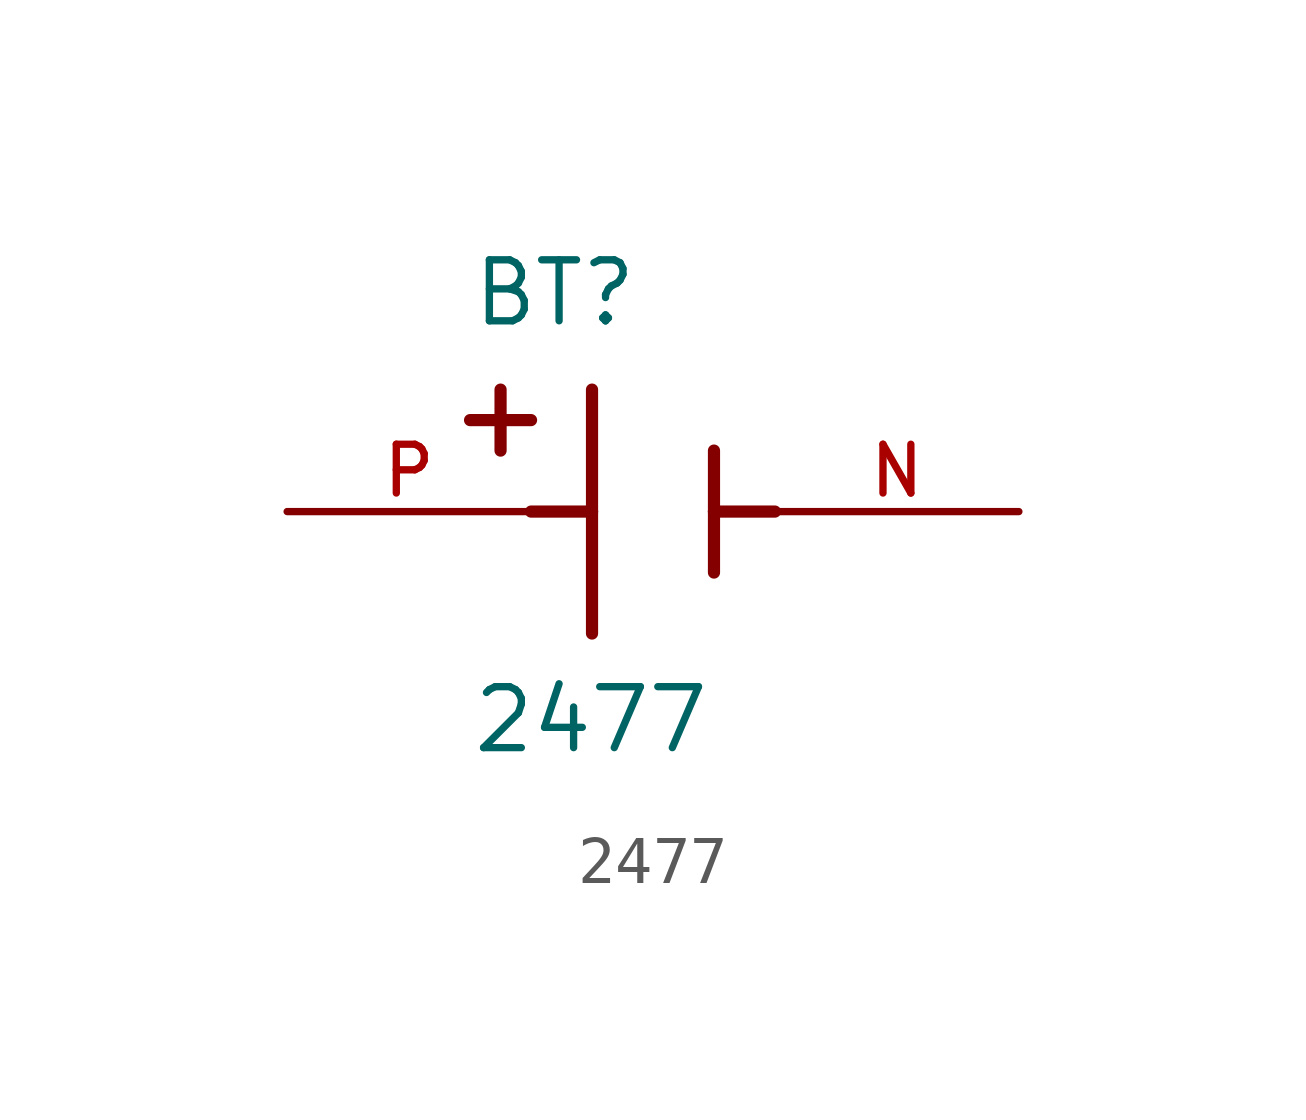
<source format=kicad_sym>
(kicad_symbol_lib
  (version 20211014)
  (generator kicad_symbol_editor)
  (symbol "2477"
    (pin_names
      (offset 1.016))
    (property "Reference" "BT"
      (at -3.81 3.81 0)
      (effects (font (size 1.27 1.27)) (justify bottom left)))
    (property "Value" "2477"
      (at -3.81 -5.08 0)
      (effects (font (size 1.27 1.27)) (justify bottom left)))
    (symbol "2477_0_0"
      (polyline (pts (xy -1.27 2.54) (xy -1.27 0.0)) (stroke (width 0.254)))
      (polyline (pts (xy -1.27 0.0) (xy -1.27 -2.54)) (stroke (width 0.254)))
      (polyline (pts (xy 1.27 1.27) (xy 1.27 0.0)) (stroke (width 0.254)))
      (polyline (pts (xy 1.27 0.0) (xy 1.27 -1.27)) (stroke (width 0.254)))
      (polyline (pts (xy -1.27 0.0) (xy -2.54 0.0)) (stroke (width 0.254)))
      (polyline (pts (xy 1.27 0.0) (xy 2.54 0.0)) (stroke (width 0.254)))
      (polyline (pts (xy -3.175 2.54) (xy -3.175 1.27)) (stroke (width 0.254)))
      (polyline (pts (xy -3.81 1.905) (xy -2.54 1.905)) (stroke (width 0.254)))
      (pin passive line (at -7.62 0.0 0) (length 5.08) (name "~" (effects (font (size 1.016 1.016)))) (number "P" (effects (font (size 1.016 1.016)))))
      (pin passive line (at 7.62 0.0 180.0) (length 5.08) (name "~" (effects (font (size 1.016 1.016)))) (number "N" (effects (font (size 1.016 1.016))))))))
</source>
